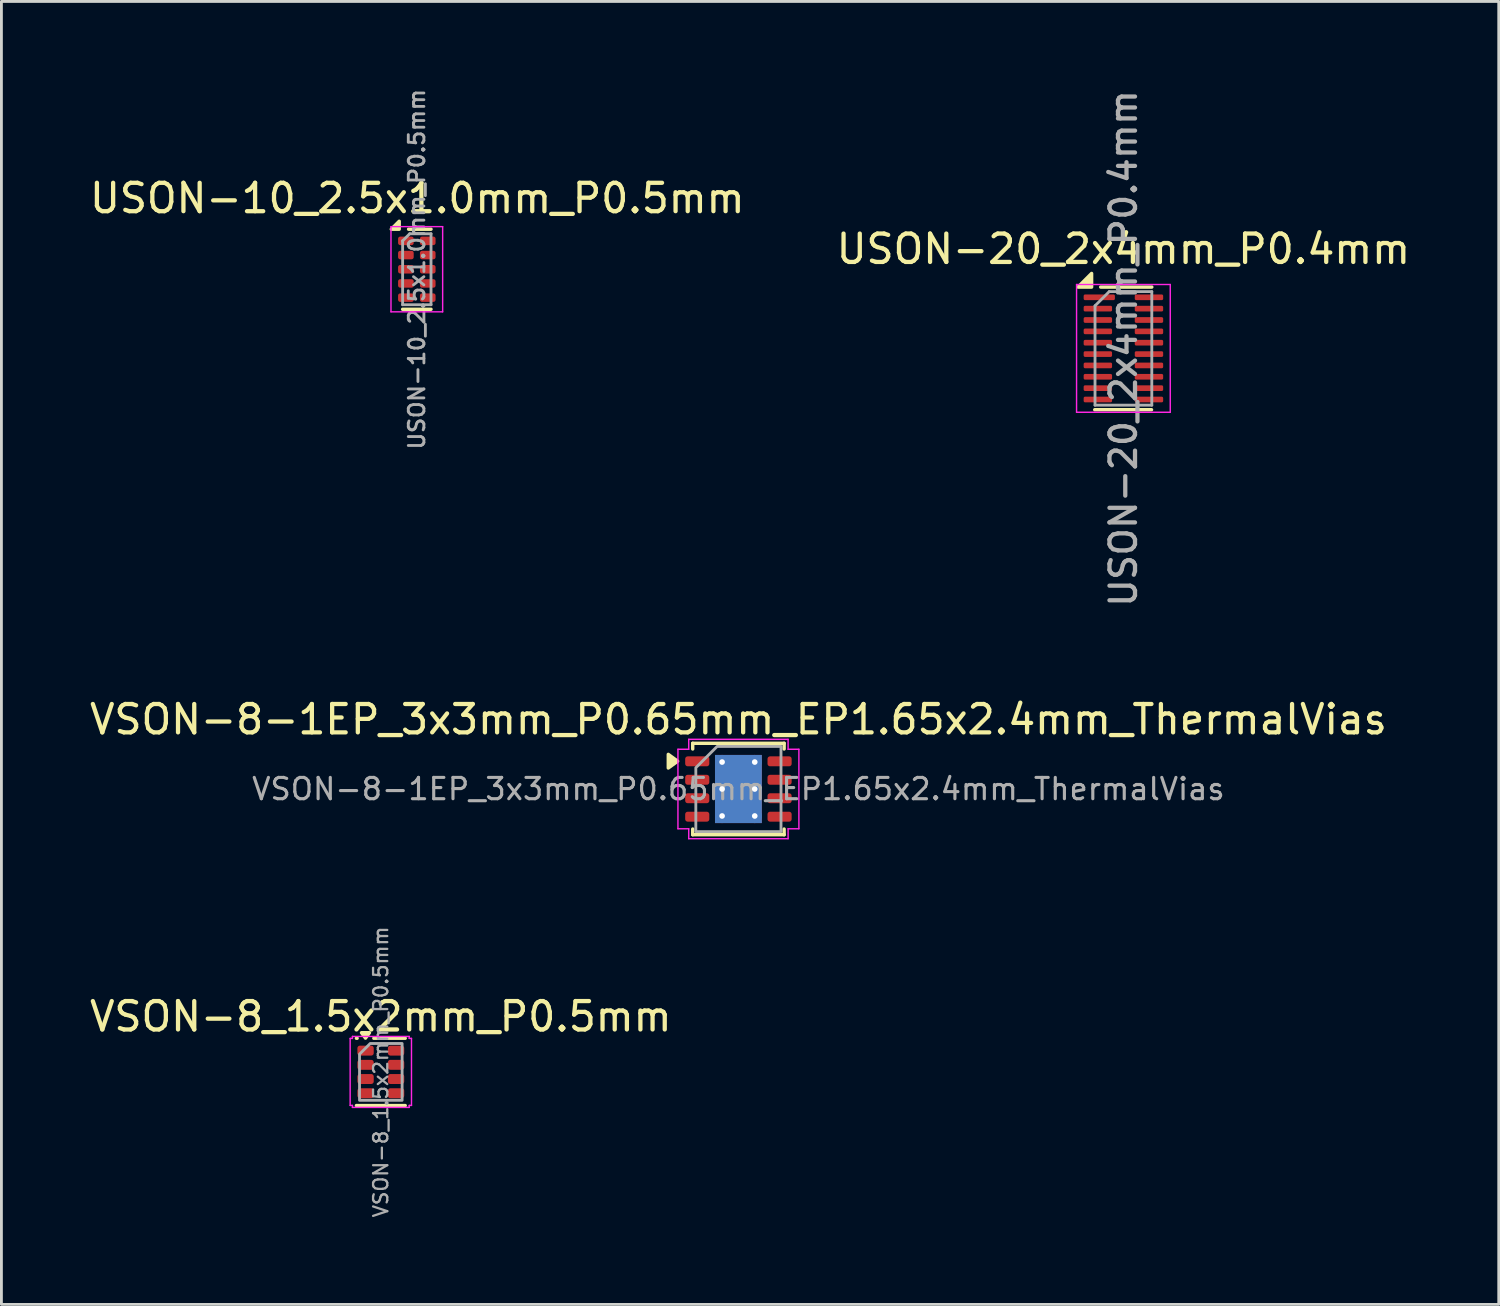
<source format=kicad_pcb>
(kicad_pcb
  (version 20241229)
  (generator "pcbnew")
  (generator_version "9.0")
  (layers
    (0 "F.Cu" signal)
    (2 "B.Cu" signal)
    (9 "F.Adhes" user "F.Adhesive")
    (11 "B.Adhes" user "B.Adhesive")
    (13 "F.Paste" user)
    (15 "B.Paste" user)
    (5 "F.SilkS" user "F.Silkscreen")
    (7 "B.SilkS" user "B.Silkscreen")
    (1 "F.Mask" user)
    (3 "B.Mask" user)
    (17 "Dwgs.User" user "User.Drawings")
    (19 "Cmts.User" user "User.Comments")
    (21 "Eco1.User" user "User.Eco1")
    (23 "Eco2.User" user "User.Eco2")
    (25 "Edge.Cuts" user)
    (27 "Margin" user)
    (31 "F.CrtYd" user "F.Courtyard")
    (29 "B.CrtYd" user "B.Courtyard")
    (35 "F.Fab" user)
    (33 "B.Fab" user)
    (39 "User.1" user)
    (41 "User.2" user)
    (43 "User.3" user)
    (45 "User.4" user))
  (footprint "USON-20_2x4mm_P0.4mm"
    (layer "F.Cu")
    (at 36.518 9.221)
    (property "Reference" "USON-20_2x4mm_P0.4mm" (at 0 -3.5 0) (layer "F.SilkS") (effects (font (size 1 1) (thickness 0.15))))
    (attr smd)
    (fp_line (start 0.99 2.16) (end -1.01 2.16) (stroke (width 0.12) (type solid)) (layer "F.SilkS"))
    (fp_line (start 1 -2.16) (end -0.8 -2.16) (stroke (width 0.12) (type solid)) (layer "F.SilkS"))
    (fp_poly (pts (xy -1.12 -2.16) (xy -1.6 -2.16) (xy -1.12 -2.64) (xy -1.12 -2.16)) (stroke (width 0.12) (type solid)) (fill yes) (layer "F.SilkS"))
    (fp_line (start -1.65 -2.25) (end 1.65 -2.25) (stroke (width 0.05) (type solid)) (layer "F.CrtYd"))
    (fp_line (start -1.65 2.25) (end -1.65 -2.25) (stroke (width 0.05) (type solid)) (layer "F.CrtYd"))
    (fp_line (start 1.65 -2.25) (end 1.65 2.25) (stroke (width 0.05) (type solid)) (layer "F.CrtYd"))
    (fp_line (start 1.65 2.25) (end -1.65 2.25) (stroke (width 0.05) (type solid)) (layer "F.CrtYd"))
    (fp_line (start -1 2) (end -1 -1.5) (stroke (width 0.1) (type solid)) (layer "F.Fab"))
    (fp_line (start -0.5 -2) (end -1 -1.5) (stroke (width 0.1) (type solid)) (layer "F.Fab"))
    (fp_line (start -0.5 -2) (end 1 -2) (stroke (width 0.1) (type solid)) (layer "F.Fab"))
    (fp_line (start 1 -2) (end 1 2) (stroke (width 0.1) (type solid)) (layer "F.Fab"))
    (fp_line (start 1 2) (end -1 2) (stroke (width 0.1) (type solid)) (layer "F.Fab"))
    (fp_text user "${REFERENCE}" (at 0 0 90) (layer "F.Fab") (effects (font (size 0.9 0.9) (thickness 0.15))))
    (pad "1" smd roundrect (at -0.85 -1.8 270) (size 0.2 1.1) (layers "F.Cu" "F.Mask" "F.Paste") (roundrect_rratio 0.25))
    (pad "2" smd roundrect (at -0.9 -1.4 270) (size 0.2 1) (layers "F.Cu" "F.Mask" "F.Paste") (roundrect_rratio 0.25))
    (pad "3" smd roundrect (at -0.9 -1 270) (size 0.2 1) (layers "F.Cu" "F.Mask" "F.Paste") (roundrect_rratio 0.25))
    (pad "4" smd roundrect (at -0.9 -0.6 270) (size 0.2 1) (layers "F.Cu" "F.Mask" "F.Paste") (roundrect_rratio 0.25))
    (pad "5" smd roundrect (at -0.9 -0.2 270) (size 0.2 1) (layers "F.Cu" "F.Mask" "F.Paste") (roundrect_rratio 0.25))
    (pad "6" smd roundrect (at -0.9 0.2 270) (size 0.2 1) (layers "F.Cu" "F.Mask" "F.Paste") (roundrect_rratio 0.25))
    (pad "7" smd roundrect (at -0.9 0.6 270) (size 0.2 1) (layers "F.Cu" "F.Mask" "F.Paste") (roundrect_rratio 0.25))
    (pad "8" smd roundrect (at -0.9 1 270) (size 0.2 1) (layers "F.Cu" "F.Mask" "F.Paste") (roundrect_rratio 0.25))
    (pad "9" smd roundrect (at -0.9 1.4 270) (size 0.2 1) (layers "F.Cu" "F.Mask" "F.Paste") (roundrect_rratio 0.25))
    (pad "10" smd roundrect (at -0.9 1.8 270) (size 0.2 1) (layers "F.Cu" "F.Mask" "F.Paste") (roundrect_rratio 0.25))
    (pad "11" smd roundrect (at 0.9 1.8 270) (size 0.2 1) (layers "F.Cu" "F.Mask" "F.Paste") (roundrect_rratio 0.25))
    (pad "12" smd roundrect (at 0.9 1.4 270) (size 0.2 1) (layers "F.Cu" "F.Mask" "F.Paste") (roundrect_rratio 0.25))
    (pad "13" smd roundrect (at 0.9 1 270) (size 0.2 1) (layers "F.Cu" "F.Mask" "F.Paste") (roundrect_rratio 0.25))
    (pad "14" smd roundrect (at 0.9 0.6 270) (size 0.2 1) (layers "F.Cu" "F.Mask" "F.Paste") (roundrect_rratio 0.25))
    (pad "15" smd roundrect (at 0.9 0.2 270) (size 0.2 1) (layers "F.Cu" "F.Mask" "F.Paste") (roundrect_rratio 0.25))
    (pad "16" smd roundrect (at 0.9 -0.2 270) (size 0.2 1) (layers "F.Cu" "F.Mask" "F.Paste") (roundrect_rratio 0.25))
    (pad "17" smd roundrect (at 0.9 -0.6 270) (size 0.2 1) (layers "F.Cu" "F.Mask" "F.Paste") (roundrect_rratio 0.25))
    (pad "18" smd roundrect (at 0.9 -1 270) (size 0.2 1) (layers "F.Cu" "F.Mask" "F.Paste") (roundrect_rratio 0.25))
    (pad "19" smd roundrect (at 0.9 -1.4 270) (size 0.2 1) (layers "F.Cu" "F.Mask" "F.Paste") (roundrect_rratio 0.25))
    (pad "20" smd roundrect (at 0.9 -1.8 270) (size 0.2 1) (layers "F.Cu" "F.Mask" "F.Paste") (roundrect_rratio 0.25)))
  (footprint "USON-10_2.5x1.0mm_P0.5mm"
    (layer "F.Cu")
    (at 11.631 6.433)
    (property "Reference" "USON-10_2.5x1.0mm_P0.5mm" (at 0.018 -2.5 0) (layer "F.SilkS") (effects (font (size 1 1) (thickness 0.15))))
    (attr smd)
    (fp_line (start 0.5 -1.41) (end -0.29 -1.41) (stroke (width 0.12) (type solid)) (layer "F.SilkS"))
    (fp_line (start 0.5 1.41) (end -0.5 1.41) (stroke (width 0.12) (type solid)) (layer "F.SilkS"))
    (fp_poly (pts (xy -0.62 -1.41) (xy -0.9 -1.41) (xy -0.62 -1.69) (xy -0.62 -1.41)) (stroke (width 0.12) (type solid)) (fill yes) (layer "F.SilkS"))
    (fp_line (start -0.91 -1.5) (end 0.91 -1.5) (stroke (width 0.05) (type solid)) (layer "F.CrtYd"))
    (fp_line (start -0.91 1.5) (end -0.91 -1.5) (stroke (width 0.05) (type solid)) (layer "F.CrtYd"))
    (fp_line (start 0.91 -1.5) (end 0.91 1.5) (stroke (width 0.05) (type solid)) (layer "F.CrtYd"))
    (fp_line (start 0.91 1.5) (end -0.91 1.5) (stroke (width 0.05) (type solid)) (layer "F.CrtYd"))
    (fp_line (start -0.5 -1) (end -0.5 1.25) (stroke (width 0.1) (type solid)) (layer "F.Fab"))
    (fp_line (start -0.5 1.25) (end 0.5 1.25) (stroke (width 0.1) (type solid)) (layer "F.Fab"))
    (fp_line (start -0.25 -1.25) (end -0.5 -1) (stroke (width 0.1) (type solid)) (layer "F.Fab"))
    (fp_line (start 0.5 -1.25) (end -0.25 -1.25) (stroke (width 0.1) (type solid)) (layer "F.Fab"))
    (fp_line (start 0.5 -1.25) (end 0.5 1.25) (stroke (width 0.1) (type solid)) (layer "F.Fab"))
    (fp_text user "${REFERENCE}" (at 0 0 90) (layer "F.Fab") (effects (font (size 0.55 0.55) (thickness 0.1))))
    (pad "1" smd roundrect (at -0.385 -1 270) (size 0.3 0.55) (layers "F.Cu" "F.Mask" "F.Paste") (roundrect_rratio 0.25))
    (pad "2" smd roundrect (at -0.385 -0.5 270) (size 0.3 0.55) (layers "F.Cu" "F.Mask" "F.Paste") (roundrect_rratio 0.25))
    (pad "3" smd roundrect (at -0.385 0 270) (size 0.3 0.55) (layers "F.Cu" "F.Mask" "F.Paste") (roundrect_rratio 0.25))
    (pad "4" smd roundrect (at -0.385 0.5 270) (size 0.3 0.55) (layers "F.Cu" "F.Mask" "F.Paste") (roundrect_rratio 0.25))
    (pad "5" smd roundrect (at -0.385 1 270) (size 0.3 0.55) (layers "F.Cu" "F.Mask" "F.Paste") (roundrect_rratio 0.25))
    (pad "6" smd roundrect (at 0.385 1 270) (size 0.3 0.55) (layers "F.Cu" "F.Mask" "F.Paste") (roundrect_rratio 0.25))
    (pad "7" smd roundrect (at 0.385 0.5 270) (size 0.3 0.55) (layers "F.Cu" "F.Mask" "F.Paste") (roundrect_rratio 0.25))
    (pad "8" smd roundrect (at 0.385 0 270) (size 0.3 0.55) (layers "F.Cu" "F.Mask" "F.Paste") (roundrect_rratio 0.25))
    (pad "9" smd roundrect (at 0.385 -0.5 270) (size 0.3 0.55) (layers "F.Cu" "F.Mask" "F.Paste") (roundrect_rratio 0.25))
    (pad "10" smd roundrect (at 0.385 -1 270) (size 0.3 0.55) (layers "F.Cu" "F.Mask" "F.Paste") (roundrect_rratio 0.25)))
  (footprint "VSON-8-1EP_3x3mm_P0.65mm_EP1.65x2.4mm_ThermalVias"
    (layer "F.Cu")
    (at 22.958 24.74)
    (property "Reference" "VSON-8-1EP_3x3mm_P0.65mm_EP1.65x2.4mm_ThermalVias" (at 0 -2.45 0) (layer "F.SilkS") (effects (font (size 1 1) (thickness 0.15))))
    (attr smd)
    (fp_line (start -1.61 -1.61) (end 1.61 -1.61) (stroke (width 0.12) (type solid)) (layer "F.SilkS"))
    (fp_line (start -1.61 -1.41) (end -1.61 -1.61) (stroke (width 0.12) (type solid)) (layer "F.SilkS"))
    (fp_line (start -1.61 1.61) (end -1.61 1.41) (stroke (width 0.12) (type solid)) (layer "F.SilkS"))
    (fp_line (start 1.61 -1.61) (end 1.61 -1.41) (stroke (width 0.12) (type solid)) (layer "F.SilkS"))
    (fp_line (start 1.61 1.41) (end 1.61 1.61) (stroke (width 0.12) (type solid)) (layer "F.SilkS"))
    (fp_line (start 1.61 1.61) (end -1.61 1.61) (stroke (width 0.12) (type solid)) (layer "F.SilkS"))
    (fp_poly (pts (xy -2.14 -0.98) (xy -2.47 -0.74) (xy -2.47 -1.22)) (stroke (width 0.12) (type solid)) (fill yes) (layer "F.SilkS"))
    (fp_line (start -2.13 -1.4) (end -1.75 -1.4) (stroke (width 0.05) (type solid)) (layer "F.CrtYd"))
    (fp_line (start -2.13 1.4) (end -2.13 -1.4) (stroke (width 0.05) (type solid)) (layer "F.CrtYd"))
    (fp_line (start -1.75 -1.75) (end 1.75 -1.75) (stroke (width 0.05) (type solid)) (layer "F.CrtYd"))
    (fp_line (start -1.75 -1.4) (end -1.75 -1.75) (stroke (width 0.05) (type solid)) (layer "F.CrtYd"))
    (fp_line (start -1.75 1.4) (end -2.13 1.4) (stroke (width 0.05) (type solid)) (layer "F.CrtYd"))
    (fp_line (start -1.75 1.75) (end -1.75 1.4) (stroke (width 0.05) (type solid)) (layer "F.CrtYd"))
    (fp_line (start 1.75 -1.75) (end 1.75 -1.4) (stroke (width 0.05) (type solid)) (layer "F.CrtYd"))
    (fp_line (start 1.75 -1.4) (end 2.13 -1.4) (stroke (width 0.05) (type solid)) (layer "F.CrtYd"))
    (fp_line (start 1.75 1.4) (end 1.75 1.75) (stroke (width 0.05) (type solid)) (layer "F.CrtYd"))
    (fp_line (start 1.75 1.75) (end -1.75 1.75) (stroke (width 0.05) (type solid)) (layer "F.CrtYd"))
    (fp_line (start 2.13 -1.4) (end 2.13 1.4) (stroke (width 0.05) (type solid)) (layer "F.CrtYd"))
    (fp_line (start 2.13 1.4) (end 1.75 1.4) (stroke (width 0.05) (type solid)) (layer "F.CrtYd"))
    (fp_poly (pts (xy -1.5 -0.75) (xy -1.5 1.5) (xy 1.5 1.5) (xy 1.5 -1.5) (xy -0.75 -1.5)) (stroke (width 0.1) (type solid)) (fill no) (layer "F.Fab"))
    (fp_text user "${REFERENCE}" (at 0 0 0) (layer "F.Fab") (effects (font (size 0.75 0.75) (thickness 0.11))))
    (pad "" smd roundrect (at 0 -0.6) (size 1.33 0.97) (layers "F.Paste") (roundrect_rratio 0.25))
    (pad "" smd roundrect (at 0 0.6) (size 1.33 0.97) (layers "F.Paste") (roundrect_rratio 0.25))
    (pad "1" smd roundrect (at -1.45 -0.975) (size 0.85 0.35) (layers "F.Cu" "F.Mask" "F.Paste") (roundrect_rratio 0.25))
    (pad "2" smd roundrect (at -1.45 -0.325) (size 0.85 0.35) (layers "F.Cu" "F.Mask" "F.Paste") (roundrect_rratio 0.25))
    (pad "3" smd roundrect (at -1.45 0.325) (size 0.85 0.35) (layers "F.Cu" "F.Mask" "F.Paste") (roundrect_rratio 0.25))
    (pad "4" smd roundrect (at -1.45 0.975) (size 0.85 0.35) (layers "F.Cu" "F.Mask" "F.Paste") (roundrect_rratio 0.25))
    (pad "5" smd roundrect (at 1.45 0.975) (size 0.85 0.35) (layers "F.Cu" "F.Mask" "F.Paste") (roundrect_rratio 0.25))
    (pad "6" smd roundrect (at 1.45 0.325) (size 0.85 0.35) (layers "F.Cu" "F.Mask" "F.Paste") (roundrect_rratio 0.25))
    (pad "7" smd roundrect (at 1.45 -0.325) (size 0.85 0.35) (layers "F.Cu" "F.Mask" "F.Paste") (roundrect_rratio 0.25))
    (pad "8" smd roundrect (at 1.45 -0.975) (size 0.85 0.35) (layers "F.Cu" "F.Mask" "F.Paste") (roundrect_rratio 0.25))
    (pad "9" thru_hole circle (at -0.575 -0.95) (size 0.5 0.5) (drill 0.2) (property pad_prop_heatsink) (layers "*.Cu"))
    (pad "9" thru_hole circle (at -0.575 0) (size 0.5 0.5) (drill 0.2) (property pad_prop_heatsink) (layers "*.Cu"))
    (pad "9" thru_hole circle (at -0.575 0.95) (size 0.5 0.5) (drill 0.2) (property pad_prop_heatsink) (layers "*.Cu"))
    (pad "9" smd rect (at 0 0) (size 1.65 2.4) (property pad_prop_heatsink) (layers "F.Cu" "F.Mask"))
    (pad "9" smd rect (at 0 0) (size 1.65 2.4) (property pad_prop_heatsink) (layers "B.Cu"))
    (pad "9" thru_hole circle (at 0.575 -0.95) (size 0.5 0.5) (drill 0.2) (property pad_prop_heatsink) (layers "*.Cu"))
    (pad "9" thru_hole circle (at 0.575 0) (size 0.5 0.5) (drill 0.2) (property pad_prop_heatsink) (layers "*.Cu"))
    (pad "9" thru_hole circle (at 0.575 0.95) (size 0.5 0.5) (drill 0.2) (property pad_prop_heatsink) (layers "*.Cu")))
  (footprint "VSON-8_1.5x2mm_P0.5mm"
    (layer "F.Cu")
    (at 10.363 34.704)
    (property "Reference" "VSON-8_1.5x2mm_P0.5mm" (at 0 -1.95 0) (layer "F.SilkS") (effects (font (size 1 1) (thickness 0.15))))
    (attr smd)
    (fp_line (start -0.86 -1.185) (end -0.834 -1.185) (stroke (width 0.12) (type solid)) (layer "F.SilkS"))
    (fp_line (start -0.246 -1.185) (end 0.86 -1.185) (stroke (width 0.12) (type solid)) (layer "F.SilkS"))
    (fp_line (start 0.86 1.185) (end -0.86 1.185) (stroke (width 0.12) (type solid)) (layer "F.SilkS"))
    (fp_poly (pts (xy -0.54 -1.19) (xy -0.68 -1.38) (xy -0.4 -1.38)) (stroke (width 0.12) (type solid)) (fill yes) (layer "F.SilkS"))
    (fp_line (start -1.08 -1.18) (end -1 -1.18) (stroke (width 0.05) (type solid)) (layer "F.CrtYd"))
    (fp_line (start -1.08 1.18) (end -1.08 -1.18) (stroke (width 0.05) (type solid)) (layer "F.CrtYd"))
    (fp_line (start -1 -1.25) (end 1 -1.25) (stroke (width 0.05) (type solid)) (layer "F.CrtYd"))
    (fp_line (start -1 -1.18) (end -1 -1.25) (stroke (width 0.05) (type solid)) (layer "F.CrtYd"))
    (fp_line (start -1 1.18) (end -1.08 1.18) (stroke (width 0.05) (type solid)) (layer "F.CrtYd"))
    (fp_line (start -1 1.25) (end -1 1.18) (stroke (width 0.05) (type solid)) (layer "F.CrtYd"))
    (fp_line (start 1 -1.25) (end 1 -1.18) (stroke (width 0.05) (type solid)) (layer "F.CrtYd"))
    (fp_line (start 1 -1.18) (end 1.08 -1.18) (stroke (width 0.05) (type solid)) (layer "F.CrtYd"))
    (fp_line (start 1 1.18) (end 1 1.25) (stroke (width 0.05) (type solid)) (layer "F.CrtYd"))
    (fp_line (start 1 1.25) (end -1 1.25) (stroke (width 0.05) (type solid)) (layer "F.CrtYd"))
    (fp_line (start 1.08 -1.18) (end 1.08 1.18) (stroke (width 0.05) (type solid)) (layer "F.CrtYd"))
    (fp_line (start 1.08 1.18) (end 1 1.18) (stroke (width 0.05) (type solid)) (layer "F.CrtYd"))
    (fp_poly (pts (xy -0.75 -0.625) (xy -0.75 1) (xy 0.75 1) (xy 0.75 -1) (xy -0.375 -1)) (stroke (width 0.1) (type solid)) (fill no) (layer "F.Fab"))
    (fp_text user "${REFERENCE}" (at 0 0 90) (layer "F.Fab") (effects (font (size 0.5 0.5) (thickness 0.08))))
    (pad "1" smd roundrect (at -0.537 -0.75) (size 0.575 0.35) (layers "F.Cu" "F.Mask" "F.Paste") (roundrect_rratio 0.25))
    (pad "2" smd roundrect (at -0.537 -0.25) (size 0.575 0.35) (layers "F.Cu" "F.Mask" "F.Paste") (roundrect_rratio 0.25))
    (pad "3" smd roundrect (at -0.537 0.25) (size 0.575 0.35) (layers "F.Cu" "F.Mask" "F.Paste") (roundrect_rratio 0.25))
    (pad "4" smd roundrect (at -0.537 0.75) (size 0.575 0.35) (layers "F.Cu" "F.Mask" "F.Paste") (roundrect_rratio 0.25))
    (pad "5" smd roundrect (at 0.537 0.75) (size 0.575 0.35) (layers "F.Cu" "F.Mask" "F.Paste") (roundrect_rratio 0.25))
    (pad "6" smd roundrect (at 0.537 0.25) (size 0.575 0.35) (layers "F.Cu" "F.Mask" "F.Paste") (roundrect_rratio 0.25))
    (pad "7" smd roundrect (at 0.537 -0.25) (size 0.575 0.35) (layers "F.Cu" "F.Mask" "F.Paste") (roundrect_rratio 0.25))
    (pad "8" smd roundrect (at 0.537 -0.75) (size 0.575 0.35) (layers "F.Cu" "F.Mask" "F.Paste") (roundrect_rratio 0.25)))
  (gr_rect
    (start -3 -3)
    (end 49.738 42.893)
    (stroke (width 0.1) (type default))
    (fill no)
    (layer "Edge.Cuts")))
</source>
